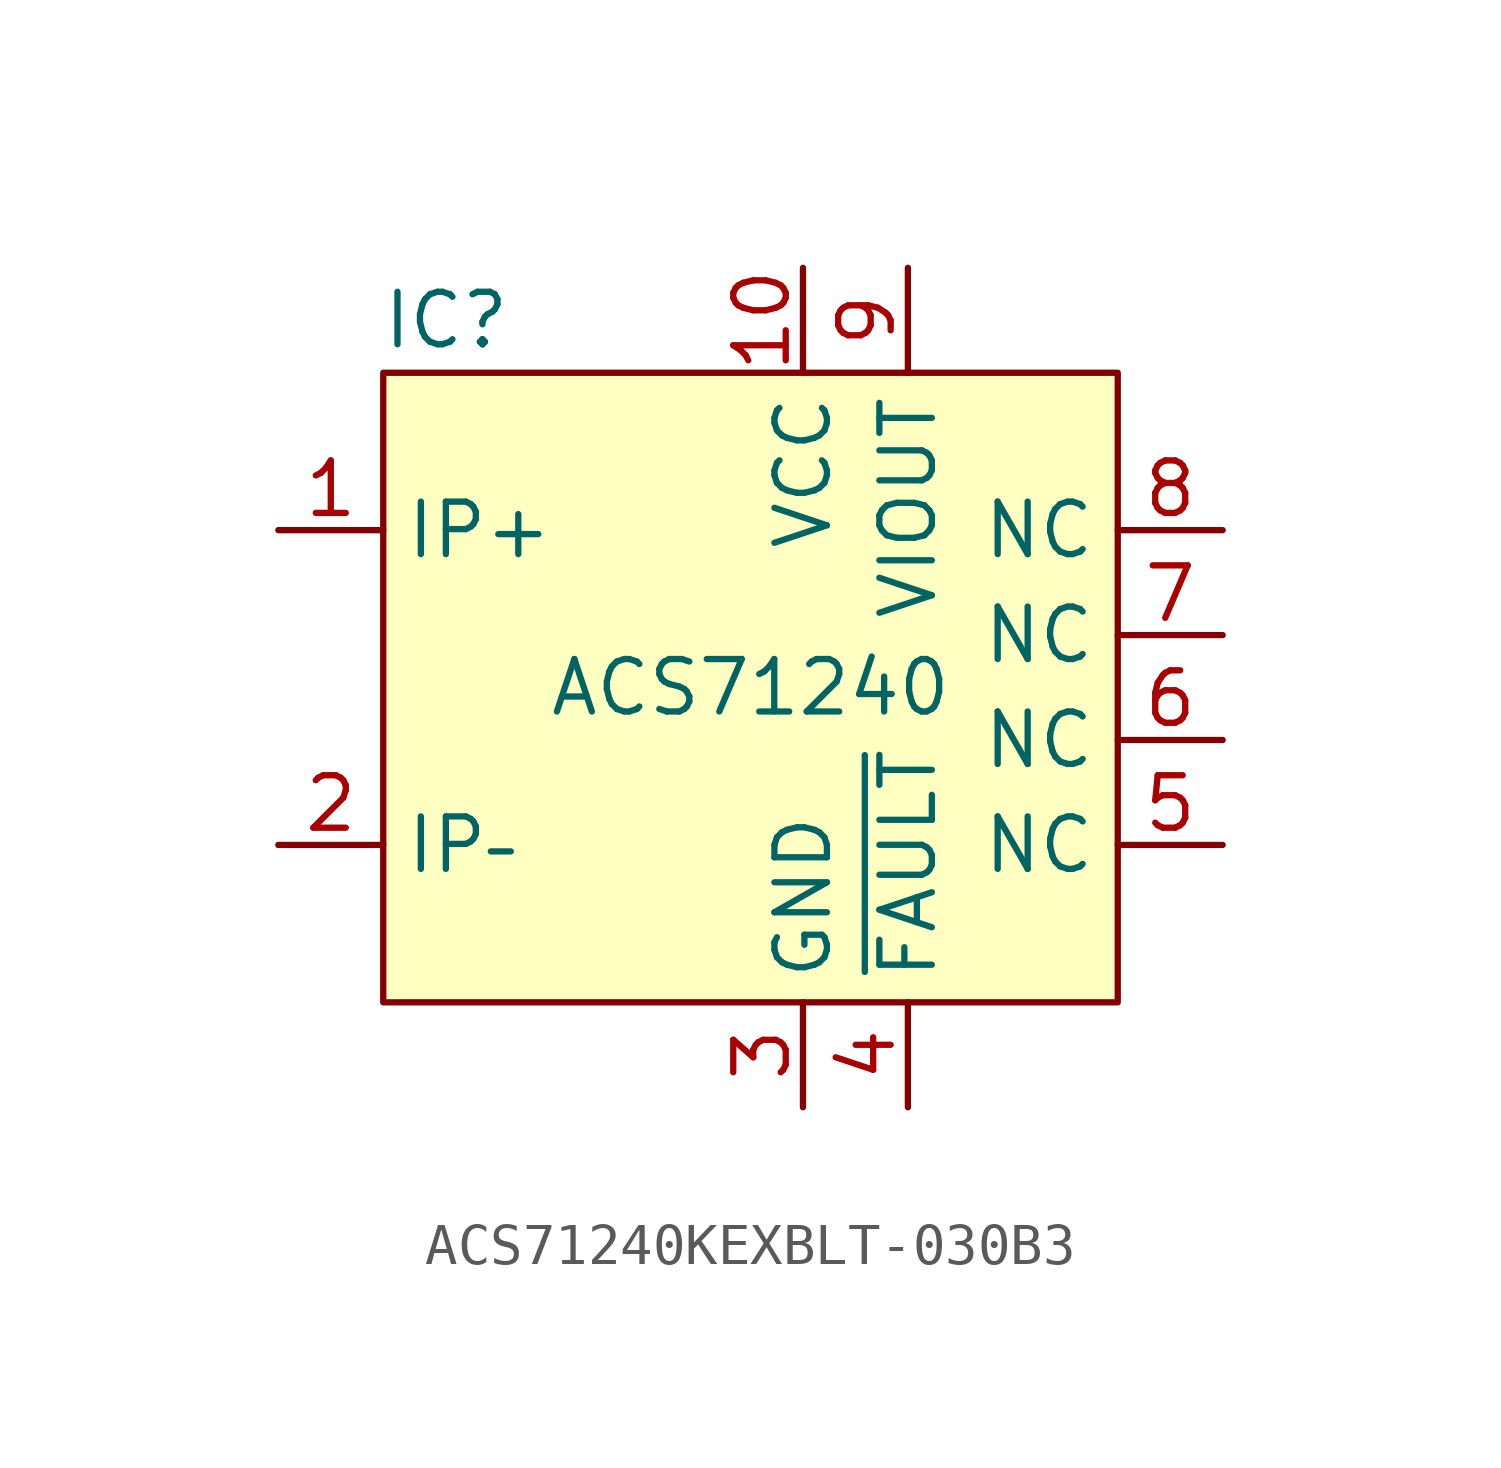
<source format=kicad_sym>
(kicad_symbol_lib
  (version 20241209)
  (generator "kicad_symbol_editor")
  (generator_version "9.0")
  (symbol "ACS71240KEXBLT-030B3"
    (property "Reference" "IC"
      (at 1.524 1.27 0)
      (effects (font (size 1.27 1.27))))
    (property "Value" "ACS71240"
      (at 8.89 -7.62 0)
      (do_not_autoplace)
      (effects (font (size 1.27 1.27))))
    (symbol "ACS71240KEXBLT-030B3_0_0"
      (pin input line (at -2.54 -3.81 0) (length 2.54) (name "IP+" (effects (font (size 1.27 1.27)))) (number "1" (effects (font (size 1.27 1.27)))))
      (pin input line (at -2.54 -11.43 0) (length 2.54) (name "IP–" (effects (font (size 1.27 1.27)))) (number "2" (effects (font (size 1.27 1.27)))))
      (pin power_in line (at 10.16 2.54 270) (length 2.54) (name "VCC" (effects (font (size 1.27 1.27)))) (number "10" (effects (font (size 1.27 1.27)))))
      (pin power_in line (at 10.16 -17.78 90) (length 2.54) (name "GND" (effects (font (size 1.27 1.27)))) (number "3" (effects (font (size 1.27 1.27)))))
      (pin output line (at 12.7 -17.78 90) (length 2.54) (name "~{FAULT}" (effects (font (size 1.27 1.27)))) (number "4" (effects (font (size 1.27 1.27)))))
      (pin passive line (at 20.32 -3.81 180) (length 2.54) (name "NC" (effects (font (size 1.27 1.27)))) (number "8" (effects (font (size 1.27 1.27)))))
      (pin passive line (at 20.32 -6.35 180) (length 2.54) (name "NC" (effects (font (size 1.27 1.27)))) (number "7" (effects (font (size 1.27 1.27)))))
      (pin passive line (at 20.32 -8.89 180) (length 2.54) (name "NC" (effects (font (size 1.27 1.27)))) (number "6" (effects (font (size 1.27 1.27)))))
      (pin passive line (at 20.32 -11.43 180) (length 2.54) (name "NC" (effects (font (size 1.27 1.27)))) (number "5" (effects (font (size 1.27 1.27))))))
    (symbol "ACS71240KEXBLT-030B3_1_0"
      (pin output line (at 12.7 2.54 270) (length 2.54) (name "VIOUT" (effects (font (size 1.27 1.27)))) (number "9" (effects (font (size 1.27 1.27))))))
    (symbol "ACS71240KEXBLT-030B3_1_1"
      (rectangle (start 0 0) (end 17.78 -15.24) (stroke (width 0) (type solid)) (fill (type background))))))
</source>
